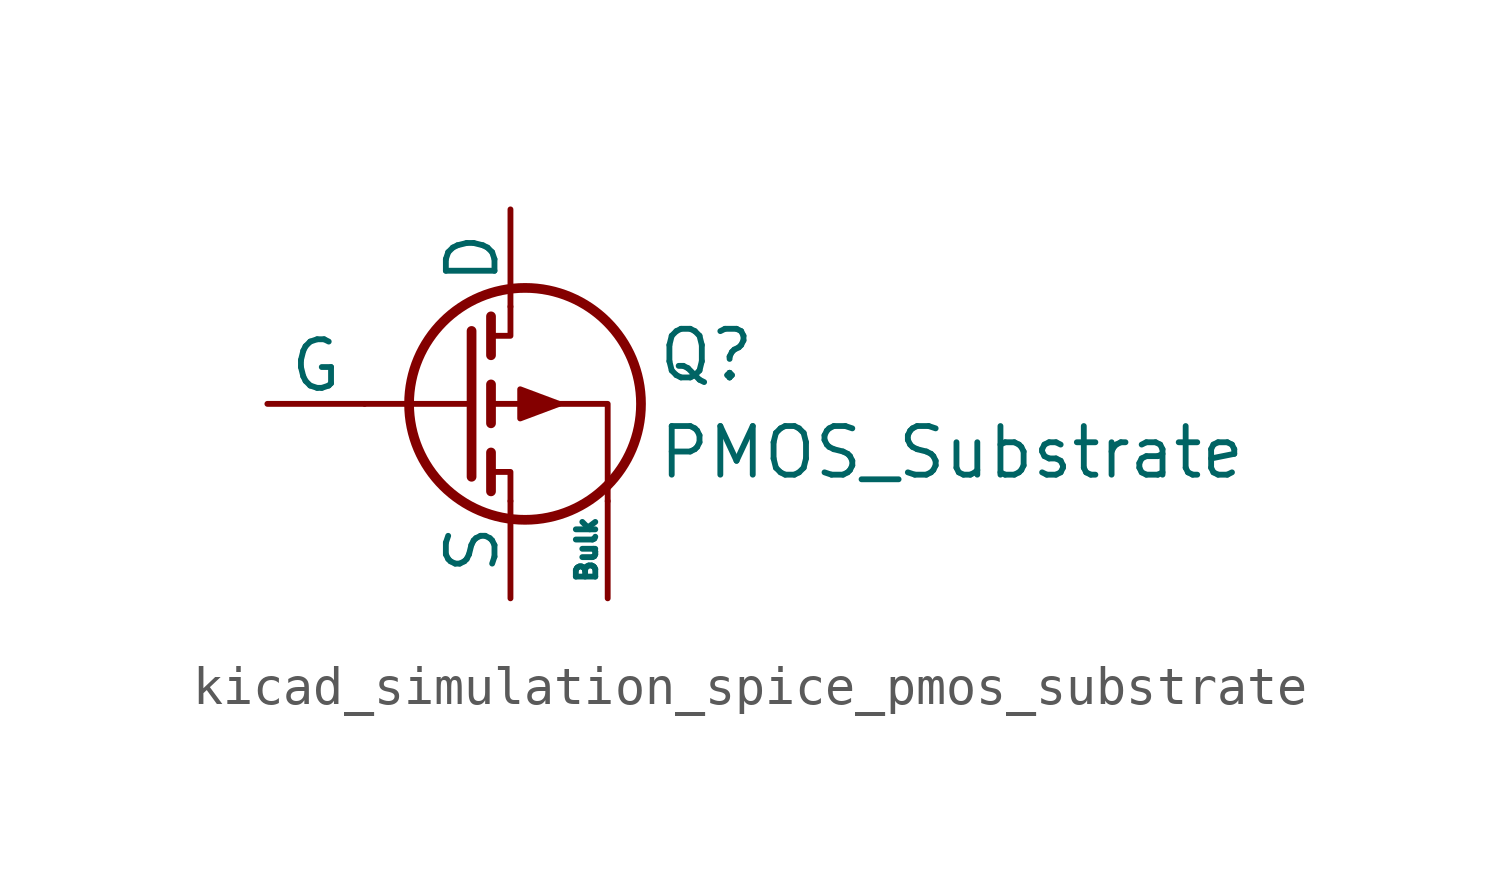
<source format=kicad_sym>
(kicad_symbol_lib
  (version 20220914)
  (generator kicad_symbol_editor)
  (symbol "kicad_simulation_spice_pmos_substrate"
    (pin_numbers hide)
    (pin_names
      (offset 0))
    (property "Reference" "Q"
      (at 6.35 1.27 0)
      (effects (font (size 1.27 1.27)) (justify left)))
    (property "Value" "PMOS_Substrate"
      (at 6.35 -1.27 0)
      (effects (font (size 1.27 1.27)) (justify left)))
    (symbol "kicad_simulation_spice_pmos_substrate_0_1"
      (polyline (pts (xy 1.524 0) (xy -1.27 0)) (stroke (width 0) (type default)) (fill (type none)))
      (polyline (pts (xy 1.524 1.905) (xy 1.524 -1.905)) (stroke (width 0.254) (type default)) (fill (type none)))
      (polyline (pts (xy 2.032 -1.27) (xy 2.032 -2.286)) (stroke (width 0.254) (type default)) (fill (type none)))
      (polyline (pts (xy 2.032 0.508) (xy 2.032 -0.508)) (stroke (width 0.254) (type default)) (fill (type none)))
      (polyline (pts (xy 2.032 2.286) (xy 2.032 1.27)) (stroke (width 0.254) (type default)) (fill (type none)))
      (polyline (pts (xy 2.032 1.778) (xy 2.54 1.778) (xy 2.54 2.54)) (stroke (width 0) (type default)) (fill (type none)))
      (polyline (pts (xy 2.54 -2.54) (xy 2.54 -1.778) (xy 2.032 -1.778)) (stroke (width 0) (type default)) (fill (type none)))
      (polyline (pts (xy 5.08 -2.54) (xy 5.08 0) (xy 2.032 0)) (stroke (width 0) (type default)) (fill (type none)))
      (polyline (pts (xy 3.81 0) (xy 2.794 0.381) (xy 2.794 -0.381) (xy 3.81 0)) (stroke (width 0) (type default)) (fill (type outline)))
      (circle (center 2.921 0) (radius 3.029) (stroke (width 0.254) (type default)) (fill (type none))))
    (symbol "kicad_simulation_spice_pmos_substrate_1_1"
      (pin passive line (at 2.54 5.08 270) (length 2.54) (name "D" (effects (font (size 1.27 1.27)))) (number "1" (effects (font (size 1.27 1.27)))))
      (pin input line (at -3.81 0 0) (length 2.54) (name "G" (effects (font (size 1.27 1.27)))) (number "2" (effects (font (size 1.27 1.27)))))
      (pin passive line (at 2.54 -5.08 90) (length 2.54) (name "S" (effects (font (size 1.27 1.27)))) (number "3" (effects (font (size 1.27 1.27)))))
      (pin input line (at 5.08 -5.08 90) (length 2.54) (name "Bulk" (effects (font (size 0.508 0.508)))) (number "4" (effects (font (size 1.27 1.27))))))))
</source>
